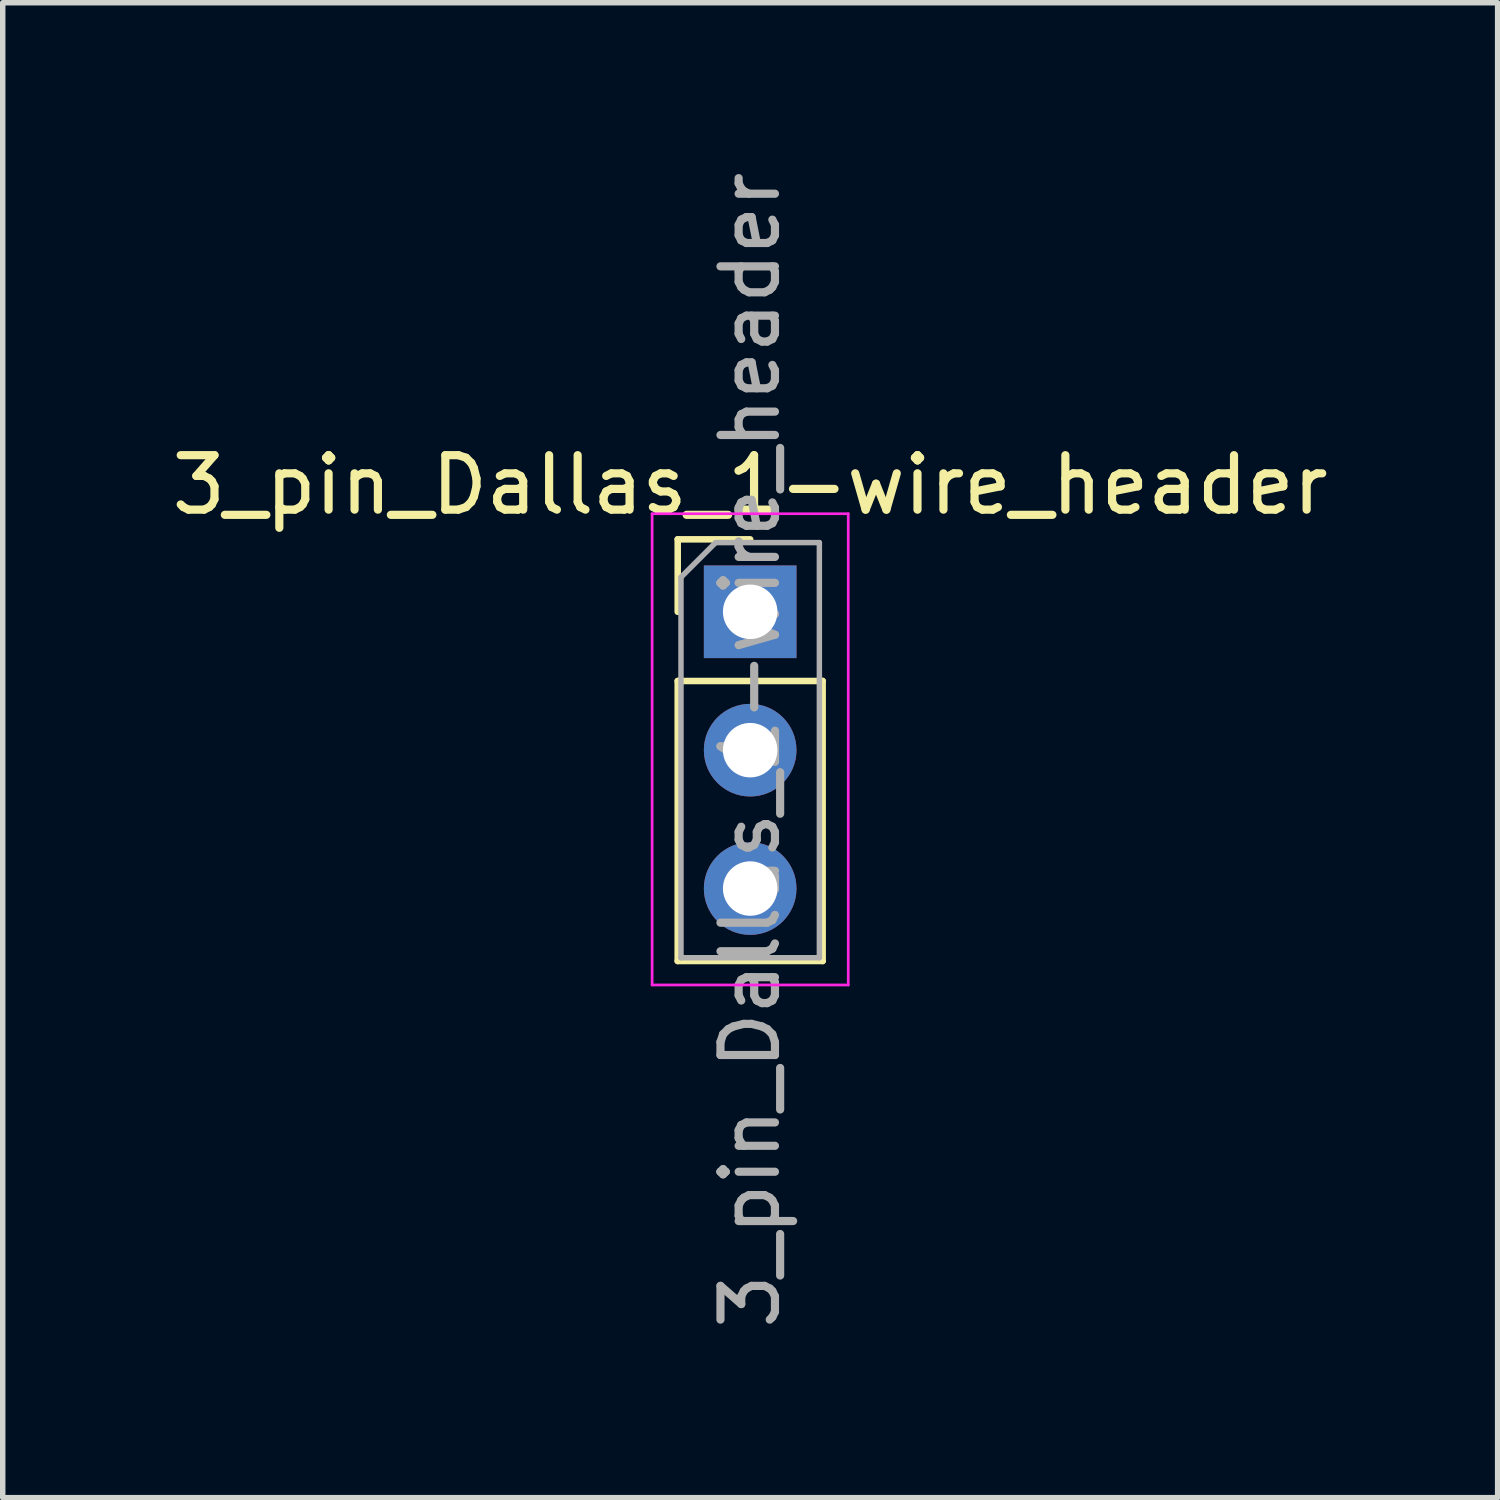
<source format=kicad_pcb>
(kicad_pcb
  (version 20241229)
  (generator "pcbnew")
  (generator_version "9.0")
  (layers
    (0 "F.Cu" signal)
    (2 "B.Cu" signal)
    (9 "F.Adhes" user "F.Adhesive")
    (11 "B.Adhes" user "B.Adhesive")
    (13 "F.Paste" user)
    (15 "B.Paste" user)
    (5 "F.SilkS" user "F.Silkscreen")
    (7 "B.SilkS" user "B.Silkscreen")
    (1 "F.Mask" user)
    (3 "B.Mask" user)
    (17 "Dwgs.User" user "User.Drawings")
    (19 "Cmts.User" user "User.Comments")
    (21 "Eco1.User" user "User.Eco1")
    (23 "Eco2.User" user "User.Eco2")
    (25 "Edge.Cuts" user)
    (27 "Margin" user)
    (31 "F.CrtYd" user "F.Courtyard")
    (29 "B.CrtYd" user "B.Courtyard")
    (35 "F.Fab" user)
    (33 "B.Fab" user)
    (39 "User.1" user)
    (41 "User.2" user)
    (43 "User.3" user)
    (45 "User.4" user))
  (footprint "3_pin_Dallas_1-wire_header"
    (layer "F.Cu")
    (at 10.72 8.18)
    (property "Reference" "3_pin_Dallas_1-wire_header" (at 0 -2.33 0) (layer "F.SilkS") (effects (font (size 1 1) (thickness 0.15))))
    (attr through_hole)
    (fp_line (start -1.33 -1.33) (end 0 -1.33) (stroke (width 0.12) (type solid)) (layer "F.SilkS"))
    (fp_line (start -1.33 0) (end -1.33 -1.33) (stroke (width 0.12) (type solid)) (layer "F.SilkS"))
    (fp_line (start -1.33 1.27) (end -1.33 6.41) (stroke (width 0.12) (type solid)) (layer "F.SilkS"))
    (fp_line (start -1.33 1.27) (end 1.33 1.27) (stroke (width 0.12) (type solid)) (layer "F.SilkS"))
    (fp_line (start -1.33 6.41) (end 1.33 6.41) (stroke (width 0.12) (type solid)) (layer "F.SilkS"))
    (fp_line (start 1.33 1.27) (end 1.33 6.41) (stroke (width 0.12) (type solid)) (layer "F.SilkS"))
    (fp_line (start -1.8 -1.8) (end -1.8 6.85) (stroke (width 0.05) (type solid)) (layer "F.CrtYd"))
    (fp_line (start -1.8 6.85) (end 1.8 6.85) (stroke (width 0.05) (type solid)) (layer "F.CrtYd"))
    (fp_line (start 1.8 -1.8) (end -1.8 -1.8) (stroke (width 0.05) (type solid)) (layer "F.CrtYd"))
    (fp_line (start 1.8 6.85) (end 1.8 -1.8) (stroke (width 0.05) (type solid)) (layer "F.CrtYd"))
    (fp_line (start -1.27 -0.635) (end -0.635 -1.27) (stroke (width 0.1) (type solid)) (layer "F.Fab"))
    (fp_line (start -1.27 6.35) (end -1.27 -0.635) (stroke (width 0.1) (type solid)) (layer "F.Fab"))
    (fp_line (start -0.635 -1.27) (end 1.27 -1.27) (stroke (width 0.1) (type solid)) (layer "F.Fab"))
    (fp_line (start 1.27 -1.27) (end 1.27 6.35) (stroke (width 0.1) (type solid)) (layer "F.Fab"))
    (fp_line (start 1.27 6.35) (end -1.27 6.35) (stroke (width 0.1) (type solid)) (layer "F.Fab"))
    (fp_text user "${REFERENCE}" (at 0 2.54 90) (layer "F.Fab") (effects (font (size 1 1) (thickness 0.15))))
    (pad "1" thru_hole rect (at 0 0) (size 1.7 1.7) (drill 1) (layers "*.Cu" "*.Mask"))
    (pad "2" thru_hole oval (at 0 2.54) (size 1.7 1.7) (drill 1) (layers "*.Cu" "*.Mask"))
    (pad "3" thru_hole oval (at 0 5.08) (size 1.7 1.7) (drill 1) (layers "*.Cu" "*.Mask")))
  (gr_rect
    (start -3 -3)
    (end 24.44 24.44)
    (stroke (width 0.1) (type default))
    (fill no)
    (layer "Edge.Cuts")))
</source>
